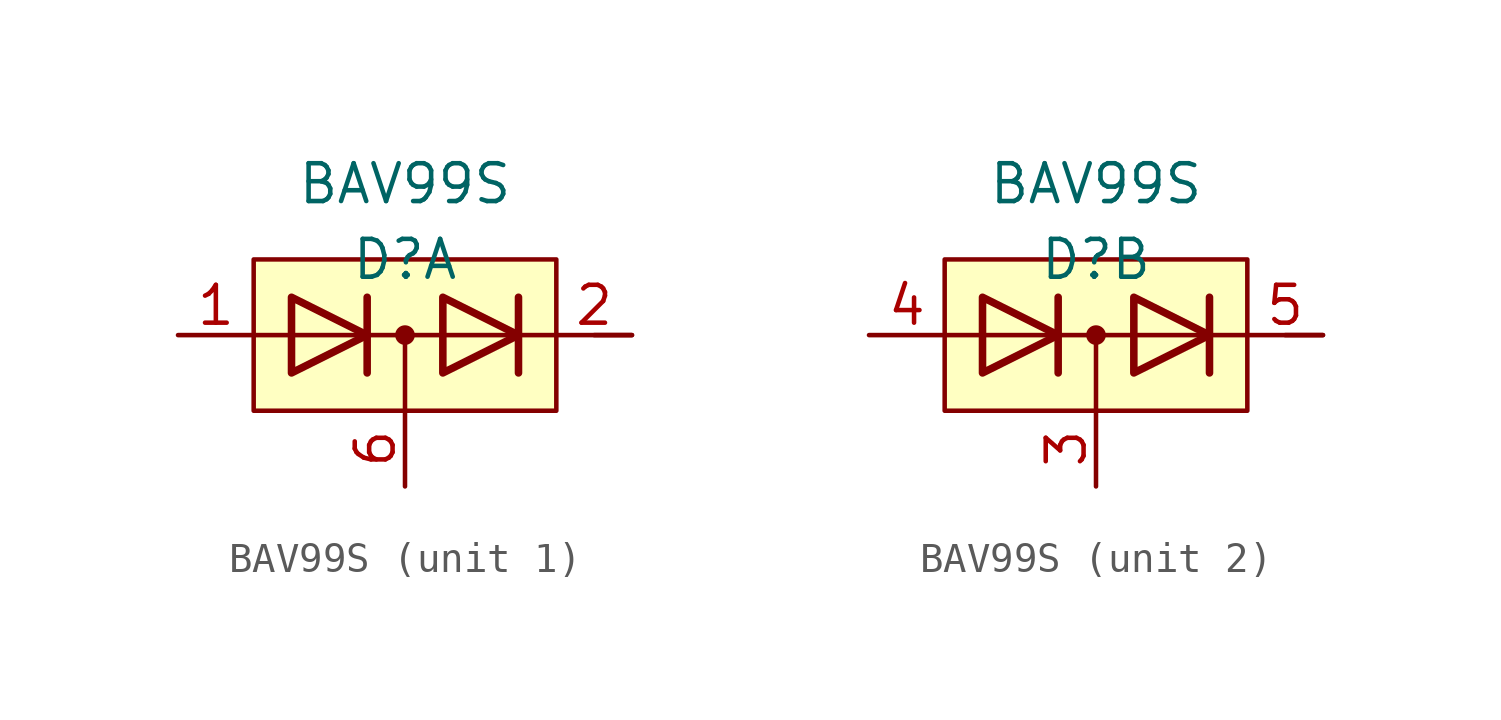
<source format=kicad_sym>
(kicad_symbol_lib
  (version 20211014)
  (generator kicad_symbol_editor)
  (symbol "BAV99S"
    (pin_names
      (offset 0.025) hide)
    (property "Reference" "D"
      (at 0 2.54 0)
      (effects (font (size 1.27 1.27))))
    (property "Value" "BAV99S"
      (at 0 5.08 0)
      (effects (font (size 1.27 1.27))))
    (property "ki_locked" ""
      (at 0 0 0)
      (effects (font (size 1.27 1.27))))
    (symbol "BAV99S_0_1"
      (rectangle (start -5.08 2.54) (end 5.08 -2.54) (stroke (width 0.152) (type default) (color 0 0 0 0)) (fill (type background)))
      (polyline (pts (xy -5.08 0) (xy 5.08 0)) (stroke (width 0) (type default) (color 0 0 0 0)) (fill (type none)))
      (polyline (pts (xy 0 0) (xy 0 -2.54)) (stroke (width 0) (type default) (color 0 0 0 0)) (fill (type none)))
      (polyline (pts (xy -1.27 -1.27) (xy -1.27 1.27) (xy -1.27 1.27)) (stroke (width 0.254) (type default) (color 0 0 0 0)) (fill (type none)))
      (polyline (pts (xy 3.81 1.27) (xy 3.81 -1.27) (xy 3.81 -1.27)) (stroke (width 0.254) (type default) (color 0 0 0 0)) (fill (type none)))
      (polyline (pts (xy -3.81 1.27) (xy -1.27 0) (xy -3.81 -1.27) (xy -3.81 1.27) (xy -3.81 1.27) (xy -3.81 1.27)) (stroke (width 0.254) (type default) (color 0 0 0 0)) (fill (type none)))
      (polyline (pts (xy 1.27 1.27) (xy 3.81 0) (xy 1.27 -1.27) (xy 1.27 1.27) (xy 1.27 1.27) (xy 1.27 1.27)) (stroke (width 0.254) (type default) (color 0 0 0 0)) (fill (type none)))
      (circle (center 0 0) (radius 0.254) (stroke (width 0) (type default) (color 0 0 0 0)) (fill (type outline))))
    (symbol "BAV99S_1_1"
      (polyline (pts (xy 6.35 0) (xy 7.62 0)) (stroke (width 0) (type default) (color 0 0 0 0)) (fill (type none)))
      (pin passive line (at -7.62 0 0) (length 2.54) (name "A1" (effects (font (size 1.27 1.27)))) (number "1" (effects (font (size 1.27 1.27)))))
      (pin passive line (at 7.62 0 180) (length 2.54) (name "K2" (effects (font (size 1.27 1.27)))) (number "2" (effects (font (size 1.27 1.27)))))
      (pin passive line (at 0 -5.08 90) (length 2.54) (name "K3A4" (effects (font (size 1.27 1.27)))) (number "6" (effects (font (size 1.27 1.27))))))
    (symbol "BAV99S_2_1"
      (polyline (pts (xy 6.35 0) (xy 7.62 0)) (stroke (width 0) (type default) (color 0 0 0 0)) (fill (type none)))
      (pin passive line (at 0 -5.08 90) (length 2.54) (name "K1A2" (effects (font (size 1.27 1.27)))) (number "3" (effects (font (size 1.27 1.27)))))
      (pin passive line (at -7.62 0 0) (length 2.54) (name "A3" (effects (font (size 1.27 1.27)))) (number "4" (effects (font (size 1.27 1.27)))))
      (pin passive line (at 7.62 0 180) (length 2.54) (name "K4" (effects (font (size 1.27 1.27)))) (number "5" (effects (font (size 1.27 1.27))))))))
</source>
